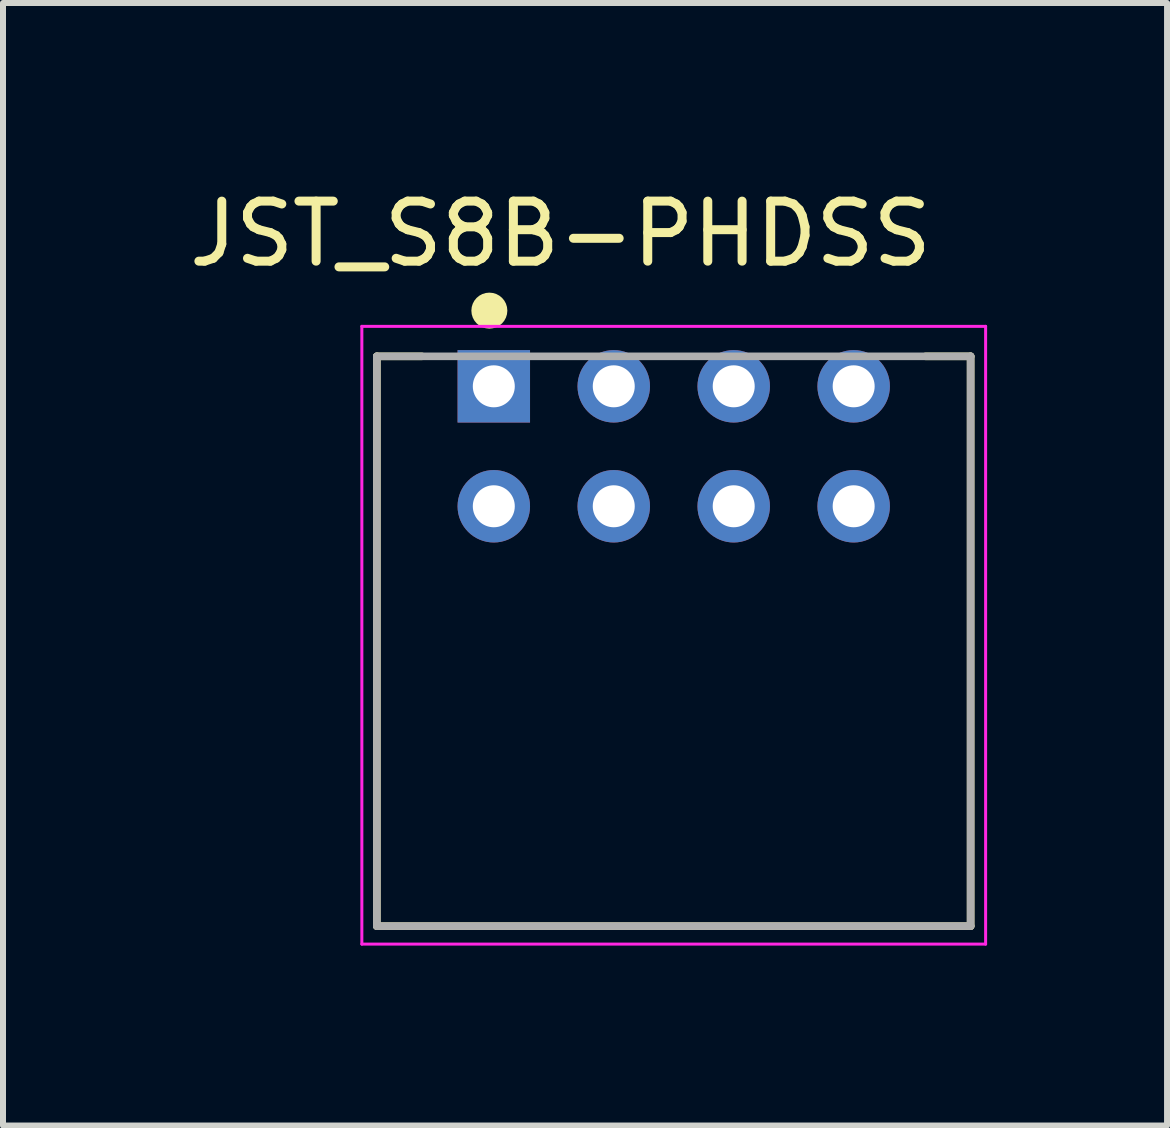
<source format=kicad_pcb>
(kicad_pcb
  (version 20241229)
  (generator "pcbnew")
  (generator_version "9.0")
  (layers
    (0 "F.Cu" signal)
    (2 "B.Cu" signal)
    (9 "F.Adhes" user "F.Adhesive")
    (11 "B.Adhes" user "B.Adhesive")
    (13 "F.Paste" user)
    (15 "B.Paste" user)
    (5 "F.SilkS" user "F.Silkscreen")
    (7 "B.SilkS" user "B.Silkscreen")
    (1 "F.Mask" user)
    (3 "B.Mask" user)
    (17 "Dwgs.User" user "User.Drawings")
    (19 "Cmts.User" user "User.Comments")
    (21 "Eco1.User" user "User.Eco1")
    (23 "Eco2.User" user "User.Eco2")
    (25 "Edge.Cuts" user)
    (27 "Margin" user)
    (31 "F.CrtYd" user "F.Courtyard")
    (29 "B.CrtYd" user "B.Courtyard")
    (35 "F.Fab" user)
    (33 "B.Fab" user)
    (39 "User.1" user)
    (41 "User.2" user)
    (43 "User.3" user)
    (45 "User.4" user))
  (footprint "JST_S8B-PHDSS"
    (layer "F.Cu")
    (at 5.183 3.391)
    (property "Reference" "JST_S8B-PHDSS" (at 1.113 -2.542 0) (layer "F.SilkS") (effects (font (size 1.001 1.001) (thickness 0.15))))
    (attr through_hole)
    (fp_line (start -1.95 -0.5) (end -1.95 9) (stroke (width 0.127) (type solid)) (layer "F.SilkS"))
    (fp_line (start -1.95 -0.5) (end -1.2 -0.5) (stroke (width 0.127) (type solid)) (layer "F.SilkS"))
    (fp_line (start -1.95 9) (end 7.95 9) (stroke (width 0.127) (type solid)) (layer "F.SilkS"))
    (fp_line (start 7.95 -0.5) (end 7.2 -0.5) (stroke (width 0.127) (type solid)) (layer "F.SilkS"))
    (fp_line (start 7.95 9) (end 7.95 -0.5) (stroke (width 0.127) (type solid)) (layer "F.SilkS"))
    (fp_circle (center -0.074 -1.262) (end 0.076 -1.262) (stroke (width 0.3) (type solid)) (fill no) (layer "F.SilkS"))
    (fp_line (start -2.2 -1) (end 8.2 -1) (stroke (width 0.05) (type solid)) (layer "F.CrtYd"))
    (fp_line (start -2.2 9.3) (end -2.2 -1) (stroke (width 0.05) (type solid)) (layer "F.CrtYd"))
    (fp_line (start 8.2 -1) (end 8.2 9.3) (stroke (width 0.05) (type solid)) (layer "F.CrtYd"))
    (fp_line (start 8.2 9.3) (end -2.2 9.3) (stroke (width 0.05) (type solid)) (layer "F.CrtYd"))
    (fp_line (start -1.95 -0.5) (end -1.95 9) (stroke (width 0.127) (type solid)) (layer "F.Fab"))
    (fp_line (start -1.95 9) (end 7.95 9) (stroke (width 0.127) (type solid)) (layer "F.Fab"))
    (fp_line (start 7.95 -0.5) (end -1.95 -0.5) (stroke (width 0.127) (type solid)) (layer "F.Fab"))
    (fp_line (start 7.95 9) (end 7.95 -0.5) (stroke (width 0.127) (type solid)) (layer "F.Fab"))
    (pad "1" thru_hole rect (at 0 0) (size 1.208 1.208) (drill 0.7) (layers "*.Cu" "*.Mask"))
    (pad "2" thru_hole circle (at 0 2) (size 1.208 1.208) (drill 0.7) (layers "*.Cu" "*.Mask"))
    (pad "3" thru_hole circle (at 2 0) (size 1.208 1.208) (drill 0.7) (layers "*.Cu" "*.Mask"))
    (pad "4" thru_hole circle (at 2 2) (size 1.208 1.208) (drill 0.7) (layers "*.Cu" "*.Mask"))
    (pad "5" thru_hole circle (at 4 0) (size 1.208 1.208) (drill 0.7) (layers "*.Cu" "*.Mask"))
    (pad "6" thru_hole circle (at 4 2) (size 1.208 1.208) (drill 0.7) (layers "*.Cu" "*.Mask"))
    (pad "7" thru_hole circle (at 6 0) (size 1.208 1.208) (drill 0.7) (layers "*.Cu" "*.Mask"))
    (pad "8" thru_hole circle (at 6 2) (size 1.208 1.208) (drill 0.7) (layers "*.Cu" "*.Mask")))
  (gr_rect
    (start -3 -3)
    (end 16.408 15.716)
    (stroke (width 0.1) (type default))
    (fill no)
    (layer "Edge.Cuts")))
</source>
